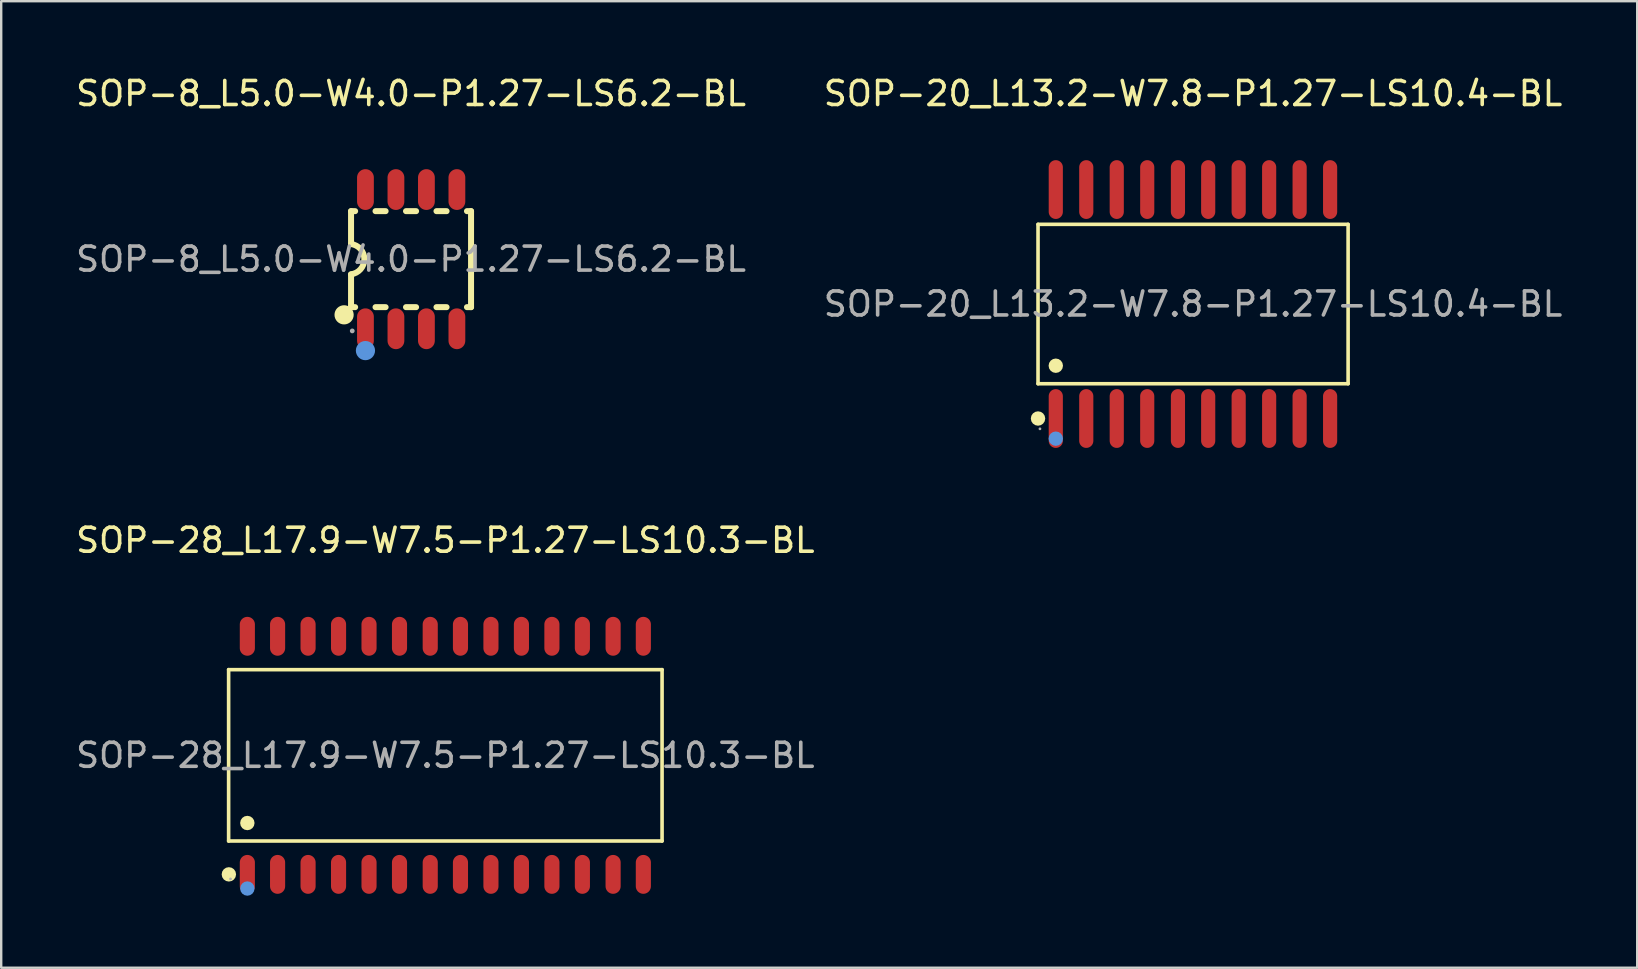
<source format=kicad_pcb>
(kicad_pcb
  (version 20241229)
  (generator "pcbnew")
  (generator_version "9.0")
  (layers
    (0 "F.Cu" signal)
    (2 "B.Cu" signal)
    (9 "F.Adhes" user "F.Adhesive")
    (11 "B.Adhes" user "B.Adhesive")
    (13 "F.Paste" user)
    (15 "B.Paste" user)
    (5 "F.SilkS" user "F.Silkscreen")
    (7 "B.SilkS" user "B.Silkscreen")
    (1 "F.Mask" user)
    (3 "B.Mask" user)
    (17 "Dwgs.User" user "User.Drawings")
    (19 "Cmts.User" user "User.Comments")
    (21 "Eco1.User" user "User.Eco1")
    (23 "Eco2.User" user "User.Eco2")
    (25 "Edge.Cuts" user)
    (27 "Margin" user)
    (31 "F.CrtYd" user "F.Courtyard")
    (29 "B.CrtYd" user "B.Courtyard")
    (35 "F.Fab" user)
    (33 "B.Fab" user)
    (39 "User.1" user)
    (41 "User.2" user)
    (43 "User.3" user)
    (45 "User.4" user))
  (footprint "SOP-8_L5.0-W4.0-P1.27-LS6.2-BL"
    (layer "F.Cu")
    (at 14.077 7.748)
    (property "Reference" "SOP-8_L5.0-W4.0-P1.27-LS6.2-BL" (at 0 -6.9 0) (layer "F.SilkS") (effects (font (size 1 1) (thickness 0.15))))
    (attr through_hole)
    (fp_line (start -2.5 -2) (end -2.5 -0.63) (stroke (width 0.25) (type solid)) (layer "F.SilkS"))
    (fp_line (start -2.5 -2) (end -2.33 -2) (stroke (width 0.25) (type solid)) (layer "F.SilkS"))
    (fp_line (start -2.5 2) (end -2.5 0.64) (stroke (width 0.25) (type solid)) (layer "F.SilkS"))
    (fp_line (start -2.5 2) (end -2.33 2) (stroke (width 0.25) (type solid)) (layer "F.SilkS"))
    (fp_line (start -1.48 -2) (end -1.06 -2) (stroke (width 0.25) (type solid)) (layer "F.SilkS"))
    (fp_line (start -1.48 2) (end -1.06 2) (stroke (width 0.25) (type solid)) (layer "F.SilkS"))
    (fp_line (start -0.21 -2) (end 0.21 -2) (stroke (width 0.25) (type solid)) (layer "F.SilkS"))
    (fp_line (start -0.21 2) (end 0.21 2) (stroke (width 0.25) (type solid)) (layer "F.SilkS"))
    (fp_line (start 1.06 -2) (end 1.48 -2) (stroke (width 0.25) (type solid)) (layer "F.SilkS"))
    (fp_line (start 1.06 2) (end 1.48 2) (stroke (width 0.25) (type solid)) (layer "F.SilkS"))
    (fp_line (start 2.33 -2) (end 2.5 -2) (stroke (width 0.25) (type solid)) (layer "F.SilkS"))
    (fp_line (start 2.33 2) (end 2.5 2) (stroke (width 0.25) (type solid)) (layer "F.SilkS"))
    (fp_line (start 2.5 -2) (end 2.5 2) (stroke (width 0.25) (type solid)) (layer "F.SilkS"))
    (fp_arc (start -2.79 2.32) (mid -2.79 2.32) (end -2.79 2.32) (stroke (width 0.4) (type solid)) (layer "F.SilkS"))
    (fp_arc (start -2.5 -0.63) (mid -1.944941 0.000797) (end -2.501582 0.630199) (stroke (width 0.25) (type solid)) (layer "F.SilkS"))
    (fp_circle (center -1.9 3.81) (end -1.7 3.81) (stroke (width 0.4) (type solid)) (fill no) (layer "Cmts.User"))
    (fp_circle (center -2.45 2.99) (end -2.4 2.99) (stroke (width 0.1) (type solid)) (fill no) (layer "F.Fab"))
    (fp_text user "${REFERENCE}" (at 0 0 0) (layer "F.Fab") (effects (font (size 1 1) (thickness 0.15))))
    (pad "1" smd oval (at -1.9 2.9 180) (size 0.7 1.7) (layers "F.Cu" "F.Mask" "F.Paste"))
    (pad "2" smd oval (at -0.63 2.9 180) (size 0.7 1.7) (layers "F.Cu" "F.Mask" "F.Paste"))
    (pad "3" smd oval (at 0.64 2.9 180) (size 0.7 1.7) (layers "F.Cu" "F.Mask" "F.Paste"))
    (pad "4" smd oval (at 1.91 2.9 180) (size 0.7 1.7) (layers "F.Cu" "F.Mask" "F.Paste"))
    (pad "5" smd oval (at 1.91 -2.9 180) (size 0.7 1.7) (layers "F.Cu" "F.Mask" "F.Paste"))
    (pad "6" smd oval (at 0.64 -2.9 180) (size 0.7 1.7) (layers "F.Cu" "F.Mask" "F.Paste"))
    (pad "7" smd oval (at -0.63 -2.9 180) (size 0.7 1.7) (layers "F.Cu" "F.Mask" "F.Paste"))
    (pad "8" smd oval (at -1.9 -2.9 180) (size 0.7 1.7) (layers "F.Cu" "F.Mask" "F.Paste")))
  (footprint "SOP-20_L13.2-W7.8-P1.27-LS10.4-BL"
    (layer "F.Cu")
    (at 46.661 9.618)
    (property "Reference" "SOP-20_L13.2-W7.8-P1.27-LS10.4-BL" (at 0 -8.77 0) (layer "F.SilkS") (effects (font (size 1 1) (thickness 0.15))))
    (attr through_hole)
    (fp_line (start -6.46 -3.32) (end 6.46 -3.32) (stroke (width 0.15) (type solid)) (layer "F.SilkS"))
    (fp_line (start -6.46 3.32) (end -6.46 -3.32) (stroke (width 0.15) (type solid)) (layer "F.SilkS"))
    (fp_line (start 6.46 -3.32) (end 6.46 3.32) (stroke (width 0.15) (type solid)) (layer "F.SilkS"))
    (fp_line (start 6.46 3.32) (end -6.46 3.32) (stroke (width 0.15) (type solid)) (layer "F.SilkS"))
    (fp_circle (center -6.46 4.77) (end -6.31 4.77) (stroke (width 0.3) (type solid)) (fill no) (layer "F.SilkS"))
    (fp_circle (center -5.72 2.57) (end -5.57 2.57) (stroke (width 0.3) (type solid)) (fill no) (layer "F.SilkS"))
    (fp_circle (center -5.72 5.61) (end -5.57 5.61) (stroke (width 0.3) (type solid)) (fill no) (layer "Cmts.User"))
    (fp_circle (center -6.38 5.2) (end -6.35 5.2) (stroke (width 0.06) (type solid)) (fill no) (layer "F.Fab"))
    (fp_text user "${REFERENCE}" (at 0 0 0) (layer "F.Fab") (effects (font (size 1 1) (thickness 0.15))))
    (pad "1" smd oval (at -5.72 4.77) (size 0.59 2.45) (layers "F.Cu" "F.Mask" "F.Paste"))
    (pad "2" smd oval (at -4.45 4.77) (size 0.59 2.45) (layers "F.Cu" "F.Mask" "F.Paste"))
    (pad "3" smd oval (at -3.18 4.77) (size 0.59 2.45) (layers "F.Cu" "F.Mask" "F.Paste"))
    (pad "4" smd oval (at -1.91 4.77) (size 0.59 2.45) (layers "F.Cu" "F.Mask" "F.Paste"))
    (pad "5" smd oval (at -0.63 4.77) (size 0.59 2.45) (layers "F.Cu" "F.Mask" "F.Paste"))
    (pad "6" smd oval (at 0.63 4.77) (size 0.59 2.45) (layers "F.Cu" "F.Mask" "F.Paste"))
    (pad "7" smd oval (at 1.9 4.77) (size 0.59 2.45) (layers "F.Cu" "F.Mask" "F.Paste"))
    (pad "8" smd oval (at 3.17 4.77) (size 0.59 2.45) (layers "F.Cu" "F.Mask" "F.Paste"))
    (pad "9" smd oval (at 4.44 4.77) (size 0.59 2.45) (layers "F.Cu" "F.Mask" "F.Paste"))
    (pad "10" smd oval (at 5.71 4.77) (size 0.59 2.45) (layers "F.Cu" "F.Mask" "F.Paste"))
    (pad "11" smd oval (at 5.71 -4.77) (size 0.59 2.45) (layers "F.Cu" "F.Mask" "F.Paste"))
    (pad "12" smd oval (at 4.44 -4.77) (size 0.59 2.45) (layers "F.Cu" "F.Mask" "F.Paste"))
    (pad "13" smd oval (at 3.17 -4.77) (size 0.59 2.45) (layers "F.Cu" "F.Mask" "F.Paste"))
    (pad "14" smd oval (at 1.9 -4.77) (size 0.59 2.45) (layers "F.Cu" "F.Mask" "F.Paste"))
    (pad "15" smd oval (at 0.63 -4.77) (size 0.59 2.45) (layers "F.Cu" "F.Mask" "F.Paste"))
    (pad "16" smd oval (at -0.63 -4.77) (size 0.59 2.45) (layers "F.Cu" "F.Mask" "F.Paste"))
    (pad "17" smd oval (at -1.91 -4.77) (size 0.59 2.45) (layers "F.Cu" "F.Mask" "F.Paste"))
    (pad "18" smd oval (at -3.18 -4.77) (size 0.59 2.45) (layers "F.Cu" "F.Mask" "F.Paste"))
    (pad "19" smd oval (at -4.45 -4.77) (size 0.59 2.45) (layers "F.Cu" "F.Mask" "F.Paste"))
    (pad "20" smd oval (at -5.72 -4.77) (size 0.59 2.45) (layers "F.Cu" "F.Mask" "F.Paste")))
  (footprint "SOP-28_L17.9-W7.5-P1.27-LS10.3-BL"
    (layer "F.Cu")
    (at 15.506 28.422)
    (property "Reference" "SOP-28_L17.9-W7.5-P1.27-LS10.3-BL" (at 0 -8.96 0) (layer "F.SilkS") (effects (font (size 1 1) (thickness 0.15))))
    (attr through_hole)
    (fp_line (start -9.03 -3.57) (end 9.03 -3.57) (stroke (width 0.15) (type solid)) (layer "F.SilkS"))
    (fp_line (start -9.03 3.57) (end -9.03 -3.57) (stroke (width 0.15) (type solid)) (layer "F.SilkS"))
    (fp_line (start 9.03 -3.57) (end 9.03 3.57) (stroke (width 0.15) (type solid)) (layer "F.SilkS"))
    (fp_line (start 9.03 3.57) (end -9.03 3.57) (stroke (width 0.15) (type solid)) (layer "F.SilkS"))
    (fp_circle (center -9.02 4.96) (end -8.87 4.96) (stroke (width 0.3) (type solid)) (fill no) (layer "F.SilkS"))
    (fp_circle (center -8.25 2.82) (end -8.1 2.82) (stroke (width 0.3) (type solid)) (fill no) (layer "F.SilkS"))
    (fp_circle (center -8.25 5.55) (end -8.1 5.55) (stroke (width 0.3) (type solid)) (fill no) (layer "Cmts.User"))
    (fp_circle (center -8.95 5.15) (end -8.92 5.15) (stroke (width 0.06) (type solid)) (fill no) (layer "F.Fab"))
    (fp_text user "${REFERENCE}" (at 0 0 0) (layer "F.Fab") (effects (font (size 1 1) (thickness 0.15))))
    (pad "1" smd oval (at -8.25 4.96) (size 0.63 1.62) (layers "F.Cu" "F.Mask" "F.Paste"))
    (pad "2" smd oval (at -6.99 4.96) (size 0.63 1.62) (layers "F.Cu" "F.Mask" "F.Paste"))
    (pad "3" smd oval (at -5.72 4.96) (size 0.63 1.62) (layers "F.Cu" "F.Mask" "F.Paste"))
    (pad "4" smd oval (at -4.45 4.96) (size 0.63 1.62) (layers "F.Cu" "F.Mask" "F.Paste"))
    (pad "5" smd oval (at -3.18 4.96) (size 0.63 1.62) (layers "F.Cu" "F.Mask" "F.Paste"))
    (pad "6" smd oval (at -1.91 4.96) (size 0.63 1.62) (layers "F.Cu" "F.Mask" "F.Paste"))
    (pad "7" smd oval (at -0.63 4.96) (size 0.63 1.62) (layers "F.Cu" "F.Mask" "F.Paste"))
    (pad "8" smd oval (at 0.63 4.96) (size 0.63 1.62) (layers "F.Cu" "F.Mask" "F.Paste"))
    (pad "9" smd oval (at 1.9 4.96) (size 0.63 1.62) (layers "F.Cu" "F.Mask" "F.Paste"))
    (pad "10" smd oval (at 3.17 4.96) (size 0.63 1.62) (layers "F.Cu" "F.Mask" "F.Paste"))
    (pad "11" smd oval (at 4.44 4.96) (size 0.63 1.62) (layers "F.Cu" "F.Mask" "F.Paste"))
    (pad "12" smd oval (at 5.71 4.96) (size 0.63 1.62) (layers "F.Cu" "F.Mask" "F.Paste"))
    (pad "13" smd oval (at 6.99 4.96) (size 0.63 1.62) (layers "F.Cu" "F.Mask" "F.Paste"))
    (pad "14" smd oval (at 8.25 4.96) (size 0.63 1.62) (layers "F.Cu" "F.Mask" "F.Paste"))
    (pad "15" smd oval (at 8.25 -4.96) (size 0.63 1.62) (layers "F.Cu" "F.Mask" "F.Paste"))
    (pad "16" smd oval (at 6.99 -4.96) (size 0.63 1.62) (layers "F.Cu" "F.Mask" "F.Paste"))
    (pad "17" smd oval (at 5.71 -4.96) (size 0.63 1.62) (layers "F.Cu" "F.Mask" "F.Paste"))
    (pad "18" smd oval (at 4.44 -4.96) (size 0.63 1.62) (layers "F.Cu" "F.Mask" "F.Paste"))
    (pad "19" smd oval (at 3.17 -4.96) (size 0.63 1.62) (layers "F.Cu" "F.Mask" "F.Paste"))
    (pad "20" smd oval (at 1.9 -4.96) (size 0.63 1.62) (layers "F.Cu" "F.Mask" "F.Paste"))
    (pad "21" smd oval (at 0.63 -4.96) (size 0.63 1.62) (layers "F.Cu" "F.Mask" "F.Paste"))
    (pad "22" smd oval (at -0.63 -4.96) (size 0.63 1.62) (layers "F.Cu" "F.Mask" "F.Paste"))
    (pad "23" smd oval (at -1.91 -4.96) (size 0.63 1.62) (layers "F.Cu" "F.Mask" "F.Paste"))
    (pad "24" smd oval (at -3.18 -4.96) (size 0.63 1.62) (layers "F.Cu" "F.Mask" "F.Paste"))
    (pad "25" smd oval (at -4.45 -4.96) (size 0.63 1.62) (layers "F.Cu" "F.Mask" "F.Paste"))
    (pad "26" smd oval (at -5.72 -4.96) (size 0.63 1.62) (layers "F.Cu" "F.Mask" "F.Paste"))
    (pad "27" smd oval (at -6.99 -4.96) (size 0.63 1.62) (layers "F.Cu" "F.Mask" "F.Paste"))
    (pad "28" smd oval (at -8.25 -4.96) (size 0.63 1.62) (layers "F.Cu" "F.Mask" "F.Paste")))
  (gr_rect
    (start -3 -3)
    (end 65.167 37.272)
    (stroke (width 0.1) (type default))
    (fill no)
    (layer "Edge.Cuts")))
</source>
